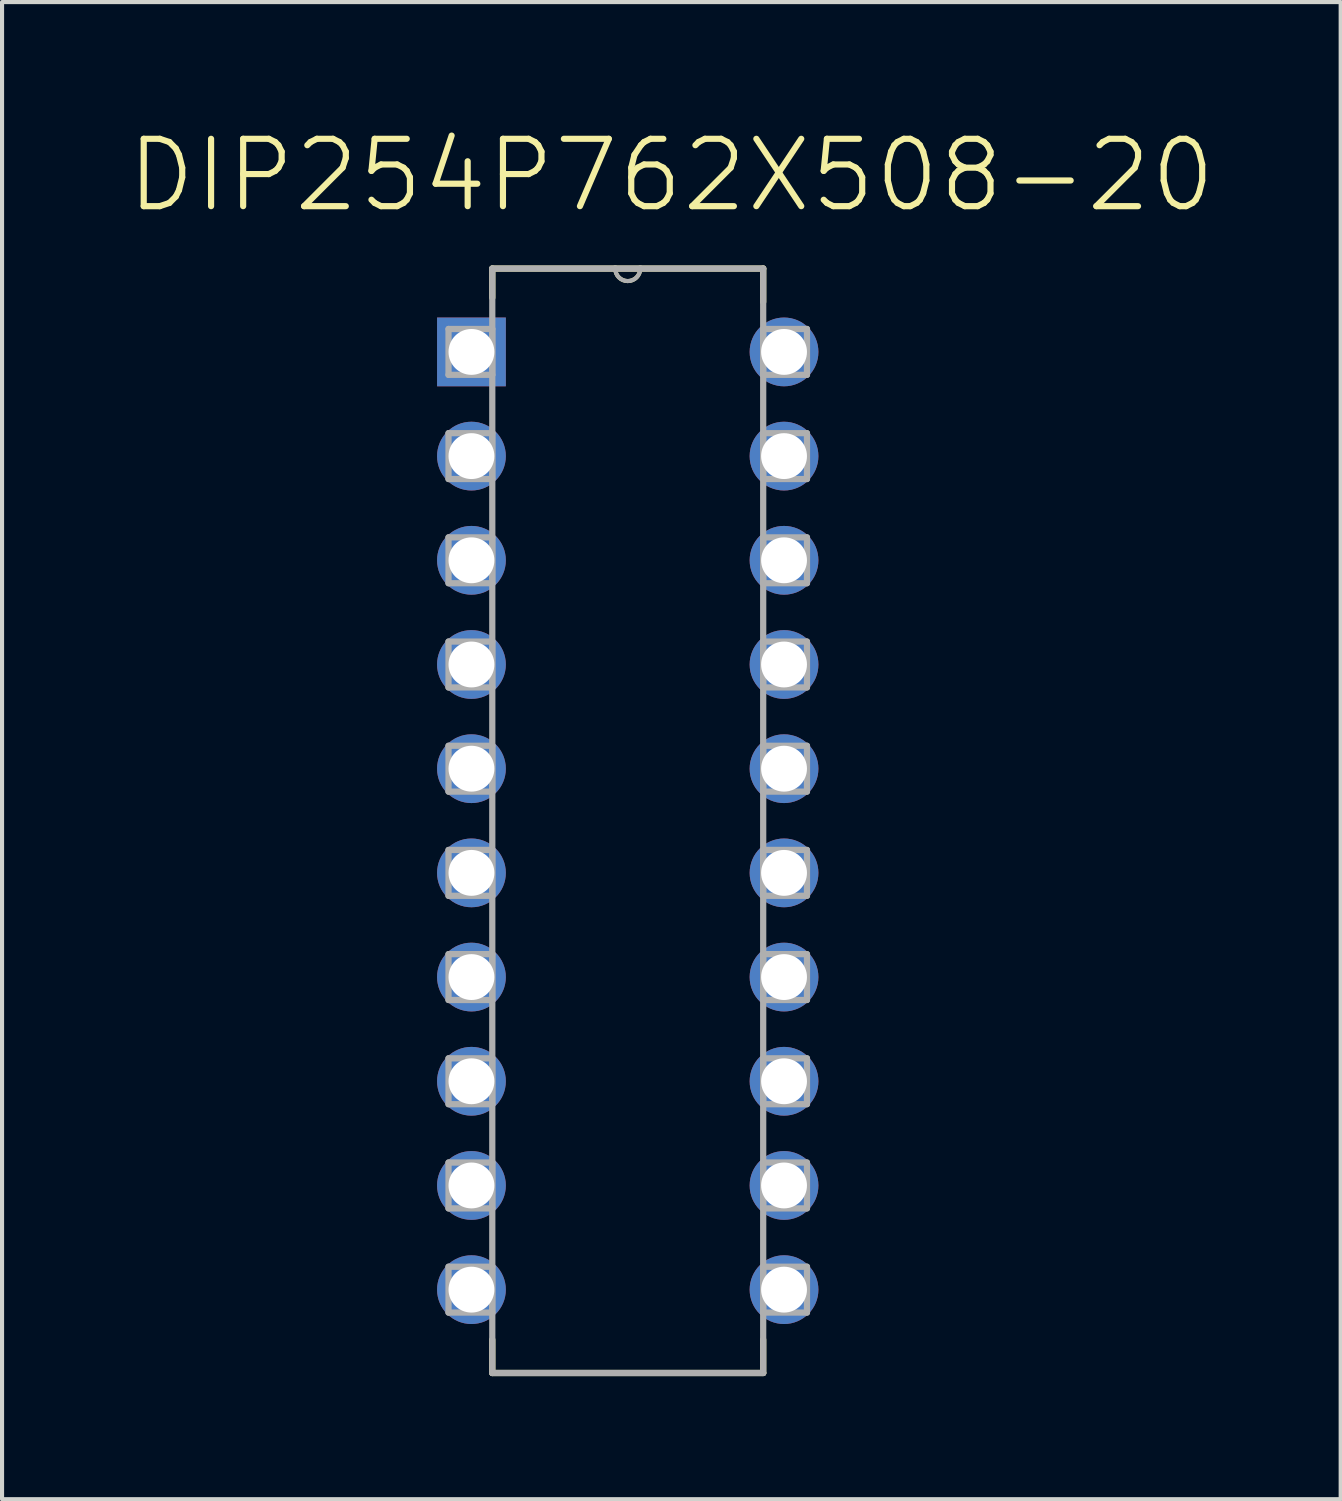
<source format=kicad_pcb>
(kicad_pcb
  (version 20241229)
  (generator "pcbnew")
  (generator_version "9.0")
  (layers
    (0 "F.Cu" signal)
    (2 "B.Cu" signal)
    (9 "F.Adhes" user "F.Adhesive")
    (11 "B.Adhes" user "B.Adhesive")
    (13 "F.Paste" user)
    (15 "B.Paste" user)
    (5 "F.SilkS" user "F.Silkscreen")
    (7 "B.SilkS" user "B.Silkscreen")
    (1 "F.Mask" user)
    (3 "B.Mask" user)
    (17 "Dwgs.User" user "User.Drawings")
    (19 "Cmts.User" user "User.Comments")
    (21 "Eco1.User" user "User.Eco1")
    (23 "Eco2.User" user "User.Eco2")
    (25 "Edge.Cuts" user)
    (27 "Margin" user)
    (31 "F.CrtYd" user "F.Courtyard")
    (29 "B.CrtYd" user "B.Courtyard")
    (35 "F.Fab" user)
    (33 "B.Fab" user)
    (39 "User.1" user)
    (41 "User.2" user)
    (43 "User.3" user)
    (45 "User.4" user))
  (footprint "DIP254P762X508-20"
    (layer "F.Cu")
    (at 16.063 28.389)
    (property "Reference" "DIP254P762X508-20" (at -2.747 -27.165 0) (layer "F.SilkS") (effects (font (size 1.642 1.642) (thickness 0.15))))
    (attr through_hole)
    (fp_line (start -7.112 -24.892) (end -7.112 -24.181) (stroke (width 0.152) (type solid)) (layer "F.SilkS"))
    (fp_line (start -7.112 1.219) (end -7.112 2.032) (stroke (width 0.152) (type solid)) (layer "F.SilkS"))
    (fp_line (start -7.112 2.032) (end -0.508 2.032) (stroke (width 0.152) (type solid)) (layer "F.SilkS"))
    (fp_line (start -4.115 -24.892) (end -7.112 -24.892) (stroke (width 0.152) (type solid)) (layer "F.SilkS"))
    (fp_line (start -3.505 -24.892) (end -4.115 -24.892) (stroke (width 0.152) (type solid)) (layer "F.SilkS"))
    (fp_line (start -0.508 -24.892) (end -3.505 -24.892) (stroke (width 0.152) (type solid)) (layer "F.SilkS"))
    (fp_line (start -0.508 -24.079) (end -0.508 -24.892) (stroke (width 0.152) (type solid)) (layer "F.SilkS"))
    (fp_line (start -0.508 2.032) (end -0.508 1.219) (stroke (width 0.152) (type solid)) (layer "F.SilkS"))
    (fp_arc (start -3.5052 -24.892) (mid -3.81 -24.5872) (end -4.1148 -24.892) (stroke (width 0.1) (type solid)) (layer "F.SilkS"))
    (fp_line (start -8.179 -23.419) (end -8.179 -22.301) (stroke (width 0.152) (type solid)) (layer "F.Fab"))
    (fp_line (start -8.179 -22.301) (end -7.112 -22.301) (stroke (width 0.152) (type solid)) (layer "F.Fab"))
    (fp_line (start -8.179 -20.879) (end -8.179 -19.761) (stroke (width 0.152) (type solid)) (layer "F.Fab"))
    (fp_line (start -8.179 -19.761) (end -7.112 -19.761) (stroke (width 0.152) (type solid)) (layer "F.Fab"))
    (fp_line (start -8.179 -18.339) (end -8.179 -17.221) (stroke (width 0.152) (type solid)) (layer "F.Fab"))
    (fp_line (start -8.179 -17.221) (end -7.112 -17.221) (stroke (width 0.152) (type solid)) (layer "F.Fab"))
    (fp_line (start -8.179 -15.799) (end -8.179 -14.681) (stroke (width 0.152) (type solid)) (layer "F.Fab"))
    (fp_line (start -8.179 -14.681) (end -7.112 -14.681) (stroke (width 0.152) (type solid)) (layer "F.Fab"))
    (fp_line (start -8.179 -13.259) (end -8.179 -12.141) (stroke (width 0.152) (type solid)) (layer "F.Fab"))
    (fp_line (start -8.179 -12.141) (end -7.112 -12.141) (stroke (width 0.152) (type solid)) (layer "F.Fab"))
    (fp_line (start -8.179 -10.719) (end -8.179 -9.601) (stroke (width 0.152) (type solid)) (layer "F.Fab"))
    (fp_line (start -8.179 -9.601) (end -7.112 -9.601) (stroke (width 0.152) (type solid)) (layer "F.Fab"))
    (fp_line (start -8.179 -8.179) (end -8.179 -7.061) (stroke (width 0.152) (type solid)) (layer "F.Fab"))
    (fp_line (start -8.179 -7.061) (end -7.112 -7.061) (stroke (width 0.152) (type solid)) (layer "F.Fab"))
    (fp_line (start -8.179 -5.639) (end -8.179 -4.521) (stroke (width 0.152) (type solid)) (layer "F.Fab"))
    (fp_line (start -8.179 -4.521) (end -7.112 -4.521) (stroke (width 0.152) (type solid)) (layer "F.Fab"))
    (fp_line (start -8.179 -3.099) (end -8.179 -1.981) (stroke (width 0.152) (type solid)) (layer "F.Fab"))
    (fp_line (start -8.179 -1.981) (end -7.112 -1.981) (stroke (width 0.152) (type solid)) (layer "F.Fab"))
    (fp_line (start -8.179 -0.559) (end -8.179 0.559) (stroke (width 0.152) (type solid)) (layer "F.Fab"))
    (fp_line (start -8.179 0.559) (end -7.112 0.559) (stroke (width 0.152) (type solid)) (layer "F.Fab"))
    (fp_line (start -7.112 -24.892) (end -7.112 2.032) (stroke (width 0.152) (type solid)) (layer "F.Fab"))
    (fp_line (start -7.112 -23.419) (end -8.179 -23.419) (stroke (width 0.152) (type solid)) (layer "F.Fab"))
    (fp_line (start -7.112 -22.301) (end -7.112 -23.419) (stroke (width 0.152) (type solid)) (layer "F.Fab"))
    (fp_line (start -7.112 -20.879) (end -8.179 -20.879) (stroke (width 0.152) (type solid)) (layer "F.Fab"))
    (fp_line (start -7.112 -19.761) (end -7.112 -20.879) (stroke (width 0.152) (type solid)) (layer "F.Fab"))
    (fp_line (start -7.112 -18.339) (end -8.179 -18.339) (stroke (width 0.152) (type solid)) (layer "F.Fab"))
    (fp_line (start -7.112 -17.221) (end -7.112 -18.339) (stroke (width 0.152) (type solid)) (layer "F.Fab"))
    (fp_line (start -7.112 -15.799) (end -8.179 -15.799) (stroke (width 0.152) (type solid)) (layer "F.Fab"))
    (fp_line (start -7.112 -14.681) (end -7.112 -15.799) (stroke (width 0.152) (type solid)) (layer "F.Fab"))
    (fp_line (start -7.112 -13.259) (end -8.179 -13.259) (stroke (width 0.152) (type solid)) (layer "F.Fab"))
    (fp_line (start -7.112 -12.141) (end -7.112 -13.259) (stroke (width 0.152) (type solid)) (layer "F.Fab"))
    (fp_line (start -7.112 -10.719) (end -8.179 -10.719) (stroke (width 0.152) (type solid)) (layer "F.Fab"))
    (fp_line (start -7.112 -9.601) (end -7.112 -10.719) (stroke (width 0.152) (type solid)) (layer "F.Fab"))
    (fp_line (start -7.112 -8.179) (end -8.179 -8.179) (stroke (width 0.152) (type solid)) (layer "F.Fab"))
    (fp_line (start -7.112 -7.061) (end -7.112 -8.179) (stroke (width 0.152) (type solid)) (layer "F.Fab"))
    (fp_line (start -7.112 -5.639) (end -8.179 -5.639) (stroke (width 0.152) (type solid)) (layer "F.Fab"))
    (fp_line (start -7.112 -4.521) (end -7.112 -5.639) (stroke (width 0.152) (type solid)) (layer "F.Fab"))
    (fp_line (start -7.112 -3.099) (end -8.179 -3.099) (stroke (width 0.152) (type solid)) (layer "F.Fab"))
    (fp_line (start -7.112 -1.981) (end -7.112 -3.099) (stroke (width 0.152) (type solid)) (layer "F.Fab"))
    (fp_line (start -7.112 -0.559) (end -8.179 -0.559) (stroke (width 0.152) (type solid)) (layer "F.Fab"))
    (fp_line (start -7.112 0.559) (end -7.112 -0.559) (stroke (width 0.152) (type solid)) (layer "F.Fab"))
    (fp_line (start -7.112 2.032) (end -0.508 2.032) (stroke (width 0.152) (type solid)) (layer "F.Fab"))
    (fp_line (start -4.115 -24.892) (end -7.112 -24.892) (stroke (width 0.152) (type solid)) (layer "F.Fab"))
    (fp_line (start -3.505 -24.892) (end -4.115 -24.892) (stroke (width 0.152) (type solid)) (layer "F.Fab"))
    (fp_line (start -0.508 -24.892) (end -3.505 -24.892) (stroke (width 0.152) (type solid)) (layer "F.Fab"))
    (fp_line (start -0.508 -23.419) (end -0.508 -22.301) (stroke (width 0.152) (type solid)) (layer "F.Fab"))
    (fp_line (start -0.508 -22.301) (end 0.559 -22.301) (stroke (width 0.152) (type solid)) (layer "F.Fab"))
    (fp_line (start -0.508 -20.879) (end -0.508 -19.761) (stroke (width 0.152) (type solid)) (layer "F.Fab"))
    (fp_line (start -0.508 -19.761) (end 0.559 -19.761) (stroke (width 0.152) (type solid)) (layer "F.Fab"))
    (fp_line (start -0.508 -18.339) (end -0.508 -17.221) (stroke (width 0.152) (type solid)) (layer "F.Fab"))
    (fp_line (start -0.508 -17.221) (end 0.559 -17.221) (stroke (width 0.152) (type solid)) (layer "F.Fab"))
    (fp_line (start -0.508 -15.799) (end -0.508 -14.681) (stroke (width 0.152) (type solid)) (layer "F.Fab"))
    (fp_line (start -0.508 -14.681) (end 0.559 -14.681) (stroke (width 0.152) (type solid)) (layer "F.Fab"))
    (fp_line (start -0.508 -13.259) (end -0.508 -12.141) (stroke (width 0.152) (type solid)) (layer "F.Fab"))
    (fp_line (start -0.508 -12.141) (end 0.559 -12.141) (stroke (width 0.152) (type solid)) (layer "F.Fab"))
    (fp_line (start -0.508 -10.719) (end -0.508 -9.601) (stroke (width 0.152) (type solid)) (layer "F.Fab"))
    (fp_line (start -0.508 -9.601) (end 0.559 -9.601) (stroke (width 0.152) (type solid)) (layer "F.Fab"))
    (fp_line (start -0.508 -8.179) (end -0.508 -7.061) (stroke (width 0.152) (type solid)) (layer "F.Fab"))
    (fp_line (start -0.508 -7.061) (end 0.559 -7.061) (stroke (width 0.152) (type solid)) (layer "F.Fab"))
    (fp_line (start -0.508 -5.639) (end -0.508 -4.521) (stroke (width 0.152) (type solid)) (layer "F.Fab"))
    (fp_line (start -0.508 -4.521) (end 0.559 -4.521) (stroke (width 0.152) (type solid)) (layer "F.Fab"))
    (fp_line (start -0.508 -3.099) (end -0.508 -1.981) (stroke (width 0.152) (type solid)) (layer "F.Fab"))
    (fp_line (start -0.508 -1.981) (end 0.559 -1.981) (stroke (width 0.152) (type solid)) (layer "F.Fab"))
    (fp_line (start -0.508 -0.559) (end -0.508 0.559) (stroke (width 0.152) (type solid)) (layer "F.Fab"))
    (fp_line (start -0.508 0.559) (end 0.559 0.559) (stroke (width 0.152) (type solid)) (layer "F.Fab"))
    (fp_line (start -0.508 2.032) (end -0.508 -24.892) (stroke (width 0.152) (type solid)) (layer "F.Fab"))
    (fp_line (start 0.559 -23.419) (end -0.508 -23.419) (stroke (width 0.152) (type solid)) (layer "F.Fab"))
    (fp_line (start 0.559 -22.301) (end 0.559 -23.419) (stroke (width 0.152) (type solid)) (layer "F.Fab"))
    (fp_line (start 0.559 -20.879) (end -0.508 -20.879) (stroke (width 0.152) (type solid)) (layer "F.Fab"))
    (fp_line (start 0.559 -19.761) (end 0.559 -20.879) (stroke (width 0.152) (type solid)) (layer "F.Fab"))
    (fp_line (start 0.559 -18.339) (end -0.508 -18.339) (stroke (width 0.152) (type solid)) (layer "F.Fab"))
    (fp_line (start 0.559 -17.221) (end 0.559 -18.339) (stroke (width 0.152) (type solid)) (layer "F.Fab"))
    (fp_line (start 0.559 -15.799) (end -0.508 -15.799) (stroke (width 0.152) (type solid)) (layer "F.Fab"))
    (fp_line (start 0.559 -14.681) (end 0.559 -15.799) (stroke (width 0.152) (type solid)) (layer "F.Fab"))
    (fp_line (start 0.559 -13.259) (end -0.508 -13.259) (stroke (width 0.152) (type solid)) (layer "F.Fab"))
    (fp_line (start 0.559 -12.141) (end 0.559 -13.259) (stroke (width 0.152) (type solid)) (layer "F.Fab"))
    (fp_line (start 0.559 -10.719) (end -0.508 -10.719) (stroke (width 0.152) (type solid)) (layer "F.Fab"))
    (fp_line (start 0.559 -9.601) (end 0.559 -10.719) (stroke (width 0.152) (type solid)) (layer "F.Fab"))
    (fp_line (start 0.559 -8.179) (end -0.508 -8.179) (stroke (width 0.152) (type solid)) (layer "F.Fab"))
    (fp_line (start 0.559 -7.061) (end 0.559 -8.179) (stroke (width 0.152) (type solid)) (layer "F.Fab"))
    (fp_line (start 0.559 -5.639) (end -0.508 -5.639) (stroke (width 0.152) (type solid)) (layer "F.Fab"))
    (fp_line (start 0.559 -4.521) (end 0.559 -5.639) (stroke (width 0.152) (type solid)) (layer "F.Fab"))
    (fp_line (start 0.559 -3.099) (end -0.508 -3.099) (stroke (width 0.152) (type solid)) (layer "F.Fab"))
    (fp_line (start 0.559 -1.981) (end 0.559 -3.099) (stroke (width 0.152) (type solid)) (layer "F.Fab"))
    (fp_line (start 0.559 -0.559) (end -0.508 -0.559) (stroke (width 0.152) (type solid)) (layer "F.Fab"))
    (fp_line (start 0.559 0.559) (end 0.559 -0.559) (stroke (width 0.152) (type solid)) (layer "F.Fab"))
    (fp_arc (start -3.5052 -24.892) (mid -3.81 -24.5872) (end -4.1148 -24.892) (stroke (width 0.1) (type solid)) (layer "F.Fab"))
    (pad "1" thru_hole rect (at -7.62 -22.86) (size 1.676 1.676) (drill 1.118) (layers "*.Cu" "*.Mask"))
    (pad "2" thru_hole circle (at -7.62 -20.32) (size 1.676 1.676) (drill 1.118) (layers "*.Cu" "*.Mask"))
    (pad "3" thru_hole circle (at -7.62 -17.78) (size 1.676 1.676) (drill 1.118) (layers "*.Cu" "*.Mask"))
    (pad "4" thru_hole circle (at -7.62 -15.24) (size 1.676 1.676) (drill 1.118) (layers "*.Cu" "*.Mask"))
    (pad "5" thru_hole circle (at -7.62 -12.7) (size 1.676 1.676) (drill 1.118) (layers "*.Cu" "*.Mask"))
    (pad "6" thru_hole circle (at -7.62 -10.16) (size 1.676 1.676) (drill 1.118) (layers "*.Cu" "*.Mask"))
    (pad "7" thru_hole circle (at -7.62 -7.62) (size 1.676 1.676) (drill 1.118) (layers "*.Cu" "*.Mask"))
    (pad "8" thru_hole circle (at -7.62 -5.08) (size 1.676 1.676) (drill 1.118) (layers "*.Cu" "*.Mask"))
    (pad "9" thru_hole circle (at -7.62 -2.54) (size 1.676 1.676) (drill 1.118) (layers "*.Cu" "*.Mask"))
    (pad "10" thru_hole circle (at -7.62 0) (size 1.676 1.676) (drill 1.118) (layers "*.Cu" "*.Mask"))
    (pad "11" thru_hole circle (at 0 0) (size 1.676 1.676) (drill 1.118) (layers "*.Cu" "*.Mask"))
    (pad "12" thru_hole circle (at 0 -2.54) (size 1.676 1.676) (drill 1.118) (layers "*.Cu" "*.Mask"))
    (pad "13" thru_hole circle (at 0 -5.08) (size 1.676 1.676) (drill 1.118) (layers "*.Cu" "*.Mask"))
    (pad "14" thru_hole circle (at 0 -7.62) (size 1.676 1.676) (drill 1.118) (layers "*.Cu" "*.Mask"))
    (pad "15" thru_hole circle (at 0 -10.16) (size 1.676 1.676) (drill 1.118) (layers "*.Cu" "*.Mask"))
    (pad "16" thru_hole circle (at 0 -12.7) (size 1.676 1.676) (drill 1.118) (layers "*.Cu" "*.Mask"))
    (pad "17" thru_hole circle (at 0 -15.24) (size 1.676 1.676) (drill 1.118) (layers "*.Cu" "*.Mask"))
    (pad "18" thru_hole circle (at 0 -17.78) (size 1.676 1.676) (drill 1.118) (layers "*.Cu" "*.Mask"))
    (pad "19" thru_hole circle (at 0 -20.32) (size 1.676 1.676) (drill 1.118) (layers "*.Cu" "*.Mask"))
    (pad "20" thru_hole circle (at 0 -22.86) (size 1.676 1.676) (drill 1.118) (layers "*.Cu" "*.Mask")))
  (gr_rect
    (start -3 -3)
    (end 29.633 33.497)
    (stroke (width 0.1) (type default))
    (fill no)
    (layer "Edge.Cuts")))
</source>
